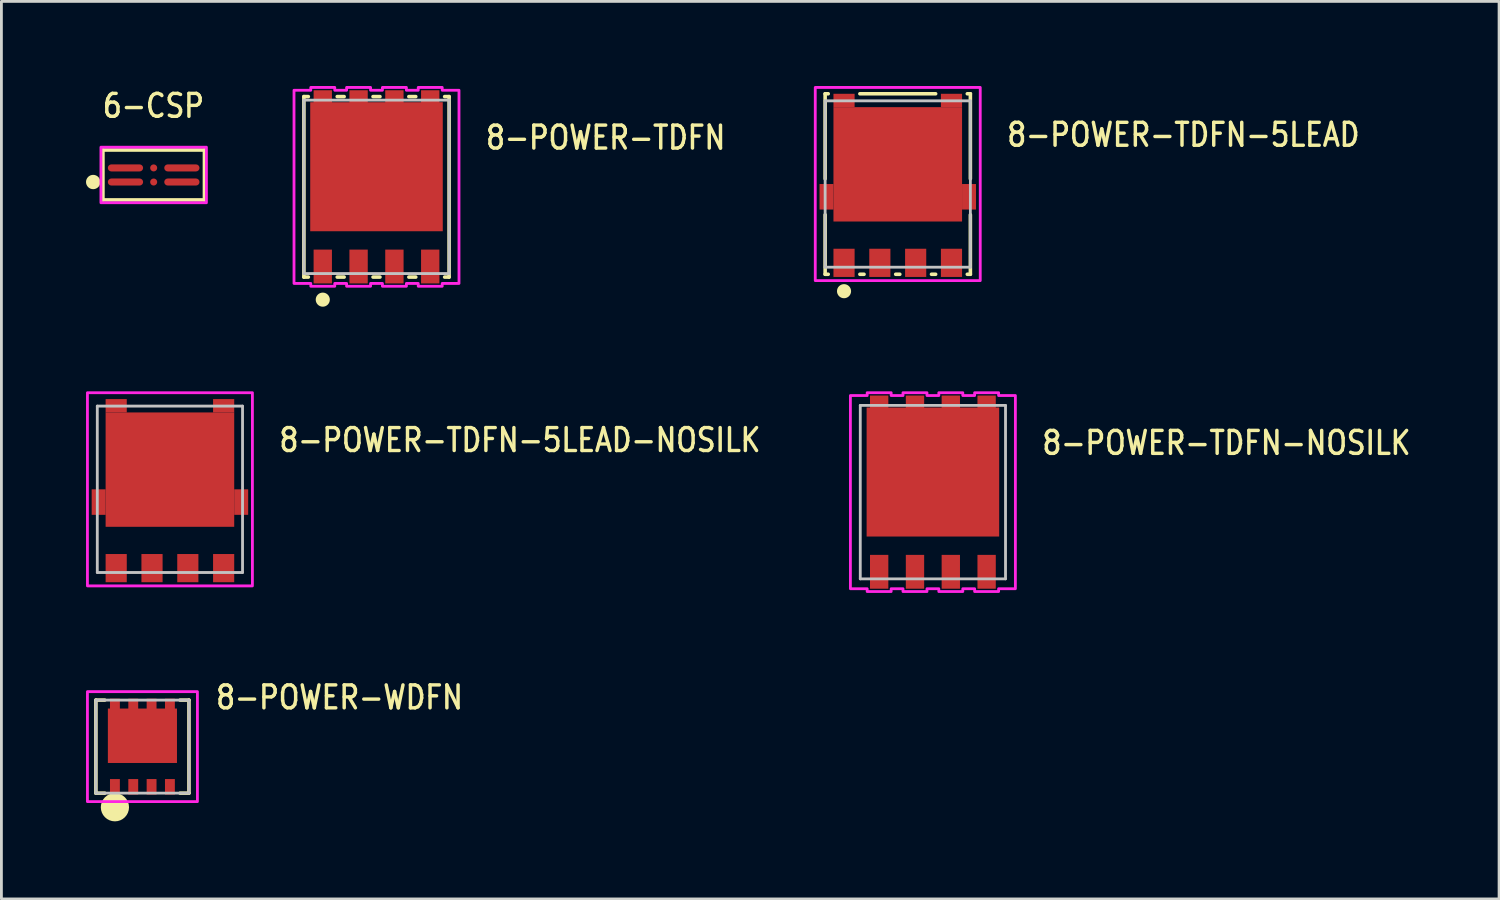
<source format=kicad_pcb>
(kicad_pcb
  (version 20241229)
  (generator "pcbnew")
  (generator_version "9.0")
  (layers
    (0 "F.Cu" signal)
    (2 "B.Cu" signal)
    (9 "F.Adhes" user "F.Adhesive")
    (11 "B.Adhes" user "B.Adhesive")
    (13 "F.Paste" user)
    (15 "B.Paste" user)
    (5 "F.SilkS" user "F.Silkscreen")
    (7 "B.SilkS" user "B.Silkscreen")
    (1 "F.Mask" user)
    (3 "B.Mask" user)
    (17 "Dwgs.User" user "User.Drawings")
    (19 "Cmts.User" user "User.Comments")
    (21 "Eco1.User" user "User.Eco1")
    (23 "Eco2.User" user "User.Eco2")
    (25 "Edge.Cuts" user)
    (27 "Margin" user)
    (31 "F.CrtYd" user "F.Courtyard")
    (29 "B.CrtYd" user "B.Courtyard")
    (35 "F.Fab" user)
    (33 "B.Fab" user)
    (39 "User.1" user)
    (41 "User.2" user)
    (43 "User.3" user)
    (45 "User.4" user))
  (footprint "8-POWER-TDFN-NOSILK"
    (layer "F.Cu")
    (at 30.029 14.4)
    (property "Reference" "8-POWER-TDFN-NOSILK" (at 3.81 -1.27 0) (unlocked yes) (layer "F.SilkS") (effects (font (size 0.813 0.695) (thickness 0.122)) (justify left bottom)))
    (fp_rect (start -1.47 -0.4) (end -0.2 -1.67) (stroke (width 0) (type solid)) (fill yes) (layer "F.Paste"))
    (fp_rect (start -1.47 1.27) (end -0.2 0) (stroke (width 0) (type solid)) (fill yes) (layer "F.Paste"))
    (fp_rect (start 0.2 -0.4) (end 1.47 -1.67) (stroke (width 0) (type solid)) (fill yes) (layer "F.Paste"))
    (fp_rect (start 0.2 1.27) (end 1.47 0) (stroke (width 0) (type solid)) (fill yes) (layer "F.Paste"))
    (fp_line (start -2.575 -3.075) (end 2.575 -3.075) (stroke (width 0.1) (type solid)) (layer "Dwgs.User"))
    (fp_line (start -2.575 3.075) (end -2.575 -3.075) (stroke (width 0.1) (type solid)) (layer "Dwgs.User"))
    (fp_line (start 2.575 -3.075) (end 2.575 3.075) (stroke (width 0.1) (type solid)) (layer "Dwgs.User"))
    (fp_line (start 2.575 3.075) (end -2.575 3.075) (stroke (width 0.1) (type solid)) (layer "Dwgs.User"))
    (fp_poly (pts (xy -2.925 -3.425) (xy -2.33 -3.425) (xy -2.33 -3.525) (xy -1.48 -3.525) (xy -1.48 -3.425) (xy -1.06 -3.425) (xy -1.06 -3.525) (xy -0.21 -3.525) (xy -0.21 -3.425) (xy 0.21 -3.425) (xy 0.21 -3.525) (xy 1.06 -3.525) (xy 1.06 -3.425) (xy 1.48 -3.425) (xy 1.48 -3.525) (xy 2.33 -3.525) (xy 2.33 -3.425) (xy 2.925 -3.425) (xy 2.925 3.425) (xy 2.33 3.425) (xy 2.33 3.525) (xy 1.48 3.525) (xy 1.48 3.425) (xy 1.06 3.425) (xy 1.06 3.525) (xy 0.21 3.525) (xy 0.21 3.425) (xy -0.21 3.425) (xy -0.21 3.525) (xy -1.06 3.525) (xy -1.06 3.425) (xy -1.48 3.425) (xy -1.48 3.525) (xy -2.33 3.525) (xy -2.33 3.425) (xy -2.925 3.425)) (stroke (width 0.1) (type solid)) (fill no) (layer "F.CrtYd"))
    (pad "1" smd rect (at -1.905 2.825) (size 0.65 1.2) (layers "F.Cu" "F.Mask" "F.Paste"))
    (pad "2" smd rect (at -0.635 2.825) (size 0.65 1.2) (layers "F.Cu" "F.Mask" "F.Paste"))
    (pad "3" smd rect (at 0.635 2.825) (size 0.65 1.2) (layers "F.Cu" "F.Mask" "F.Paste"))
    (pad "4" smd rect (at 1.905 2.825) (size 0.65 1.2) (layers "F.Cu" "F.Mask" "F.Paste"))
    (pad "5" smd rect (at 1.905 -2.825) (size 0.65 1.2) (layers "F.Cu" "F.Mask" "F.Paste"))
    (pad "6" smd rect (at 0.635 -2.825) (size 0.65 1.2) (layers "F.Cu" "F.Mask" "F.Paste"))
    (pad "7" smd rect (at -0.635 -2.825) (size 0.65 1.2) (layers "F.Cu" "F.Mask" "F.Paste"))
    (pad "8" smd rect (at -1.905 -2.825) (size 0.65 1.2) (layers "F.Cu" "F.Mask" "F.Paste"))
    (pad "TAB" smd rect (at 0 -0.713) (size 4.7 4.575) (layers "F.Cu" "F.Mask")))
  (footprint "8-POWER-TDFN-5LEAD-NOSILK"
    (layer "F.Cu")
    (at 2.975 14.3)
    (property "Reference" "8-POWER-TDFN-5LEAD-NOSILK" (at 3.81 -1.27 0) (unlocked yes) (layer "F.SilkS") (effects (font (size 0.813 0.695) (thickness 0.122)) (justify left bottom)))
    (fp_rect (start -1.47 -0.4) (end -0.2 -1.67) (stroke (width 0) (type solid)) (fill yes) (layer "F.Paste"))
    (fp_rect (start -1.47 1.27) (end -0.2 0) (stroke (width 0) (type solid)) (fill yes) (layer "F.Paste"))
    (fp_rect (start 0.2 -0.4) (end 1.47 -1.67) (stroke (width 0) (type solid)) (fill yes) (layer "F.Paste"))
    (fp_rect (start 0.2 1.27) (end 1.47 0) (stroke (width 0) (type solid)) (fill yes) (layer "F.Paste"))
    (fp_line (start -2.575 -2.95) (end 2.575 -2.95) (stroke (width 0.1) (type solid)) (layer "Dwgs.User"))
    (fp_line (start -2.575 2.95) (end -2.575 -2.95) (stroke (width 0.1) (type solid)) (layer "Dwgs.User"))
    (fp_line (start 2.575 -2.95) (end 2.575 2.95) (stroke (width 0.1) (type solid)) (layer "Dwgs.User"))
    (fp_line (start 2.575 2.95) (end -2.575 2.95) (stroke (width 0.1) (type solid)) (layer "Dwgs.User"))
    (fp_poly (pts (xy -2.925 -3.425) (xy 2.925 -3.425) (xy 2.925 3.425) (xy -2.925 3.425)) (stroke (width 0.1) (type solid)) (fill no) (layer "F.CrtYd"))
    (pad "1" smd rect (at -1.905 2.795) (size 0.75 1) (layers "F.Cu" "F.Mask" "F.Paste"))
    (pad "2" smd rect (at -0.635 2.795) (size 0.75 1) (layers "F.Cu" "F.Mask" "F.Paste"))
    (pad "3" smd rect (at 0.635 2.795) (size 0.75 1) (layers "F.Cu" "F.Mask" "F.Paste"))
    (pad "4" smd rect (at 1.905 2.795) (size 0.75 1) (layers "F.Cu" "F.Mask" "F.Paste"))
    (pad "5" smd rect (at 1.905 -2.962) (size 0.75 0.475) (layers "F.Cu" "F.Mask" "F.Paste"))
    (pad "8" smd rect (at -1.905 -2.962) (size 0.75 0.475) (layers "F.Cu" "F.Mask" "F.Paste"))
    (pad "TAB" smd rect (at 0 -0.698) (size 4.56 4.055) (layers "F.Cu" "F.Mask"))
    (pad "TAB_1" smd rect (at 2.527 0.453) (size 0.495 0.905) (layers "F.Cu" "F.Mask" "F.Paste"))
    (pad "TAB_2" smd rect (at -2.527 0.453) (size 0.495 0.905) (layers "F.Cu" "F.Mask" "F.Paste")))
  (footprint "6-CSP"
    (layer "F.Cu")
    (at 2.399 3.154)
    (property "Reference" "6-CSP" (at -1.875 -1.975 0) (unlocked yes) (layer "F.SilkS") (effects (font (size 0.813 0.695) (thickness 0.122)) (justify left bottom)))
    (fp_line (start -1.8 -0.885) (end 1.8 -0.885) (stroke (width 0.127) (type solid)) (layer "F.SilkS"))
    (fp_line (start -1.8 0.885) (end -1.8 -0.885) (stroke (width 0.127) (type solid)) (layer "F.SilkS"))
    (fp_line (start 1.8 -0.885) (end 1.8 0.885) (stroke (width 0.127) (type solid)) (layer "F.SilkS"))
    (fp_line (start 1.8 0.885) (end -1.8 0.885) (stroke (width 0.127) (type solid)) (layer "F.SilkS"))
    (fp_circle (center -2.145 0.25) (end -1.891 0.25) (stroke (width 0) (type solid)) (fill yes) (layer "F.SilkS"))
    (fp_poly (pts (xy -1.87 -0.985) (xy 1.87 -0.985) (xy 1.87 0.985) (xy -1.87 0.985)) (stroke (width 0.1) (type solid)) (fill no) (layer "F.CrtYd"))
    (pad "1" smd roundrect (at -1 0.25) (size 1.25 0.25) (layers "F.Cu" "F.Mask" "F.Paste") (roundrect_rratio 0.5))
    (pad "2" smd roundrect (at 0 0.25) (size 0.25 0.25) (layers "F.Cu" "F.Mask" "F.Paste") (roundrect_rratio 0.5))
    (pad "3" smd roundrect (at 1 0.25) (size 1.25 0.25) (layers "F.Cu" "F.Mask" "F.Paste") (roundrect_rratio 0.5))
    (pad "4" smd roundrect (at 1 -0.25) (size 1.25 0.25) (layers "F.Cu" "F.Mask" "F.Paste") (roundrect_rratio 0.5))
    (pad "5" smd roundrect (at 0 -0.25) (size 0.25 0.25) (layers "F.Cu" "F.Mask" "F.Paste") (roundrect_rratio 0.5))
    (pad "6" smd roundrect (at -1 -0.25) (size 1.25 0.25) (layers "F.Cu" "F.Mask" "F.Paste") (roundrect_rratio 0.5)))
  (footprint "8-POWER-TDFN-5LEAD"
    (layer "F.Cu")
    (at 28.783 3.475)
    (property "Reference" "8-POWER-TDFN-5LEAD" (at 3.81 -1.27 0) (unlocked yes) (layer "F.SilkS") (effects (font (size 0.813 0.695) (thickness 0.122)) (justify left bottom)))
    (fp_line (start -2.575 -3.2) (end -2.575 -0.186) (stroke (width 0.127) (type solid)) (layer "F.SilkS"))
    (fp_line (start -2.575 1.091) (end -2.575 3.2) (stroke (width 0.127) (type solid)) (layer "F.SilkS"))
    (fp_line (start -2.575 3.2) (end -2.466 3.2) (stroke (width 0.127) (type solid)) (layer "F.SilkS"))
    (fp_line (start -2.466 -3.2) (end -2.575 -3.2) (stroke (width 0.127) (type solid)) (layer "F.SilkS"))
    (fp_line (start -1.343 -3.2) (end 1.343 -3.2) (stroke (width 0.127) (type solid)) (layer "F.SilkS"))
    (fp_line (start -1.343 3.2) (end -1.196 3.2) (stroke (width 0.127) (type solid)) (layer "F.SilkS"))
    (fp_line (start -0.073 3.2) (end 0.073 3.2) (stroke (width 0.127) (type solid)) (layer "F.SilkS"))
    (fp_line (start 1.196 3.2) (end 1.343 3.2) (stroke (width 0.127) (type solid)) (layer "F.SilkS"))
    (fp_line (start 2.466 -3.2) (end 2.575 -3.2) (stroke (width 0.127) (type solid)) (layer "F.SilkS"))
    (fp_line (start 2.575 -3.2) (end 2.575 -0.186) (stroke (width 0.127) (type solid)) (layer "F.SilkS"))
    (fp_line (start 2.575 1.091) (end 2.575 3.2) (stroke (width 0.127) (type solid)) (layer "F.SilkS"))
    (fp_line (start 2.575 3.2) (end 2.466 3.2) (stroke (width 0.127) (type solid)) (layer "F.SilkS"))
    (fp_circle (center -1.905 3.8) (end -1.655 3.8) (stroke (width 0) (type solid)) (fill yes) (layer "F.SilkS"))
    (fp_rect (start -1.47 -0.4) (end -0.2 -1.67) (stroke (width 0) (type solid)) (fill yes) (layer "F.Paste"))
    (fp_rect (start -1.47 1.27) (end -0.2 0) (stroke (width 0) (type solid)) (fill yes) (layer "F.Paste"))
    (fp_rect (start 0.2 -0.4) (end 1.47 -1.67) (stroke (width 0) (type solid)) (fill yes) (layer "F.Paste"))
    (fp_rect (start 0.2 1.27) (end 1.47 0) (stroke (width 0) (type solid)) (fill yes) (layer "F.Paste"))
    (fp_line (start -2.575 -2.95) (end 2.575 -2.95) (stroke (width 0.1) (type solid)) (layer "Dwgs.User"))
    (fp_line (start -2.575 2.95) (end -2.575 -2.95) (stroke (width 0.1) (type solid)) (layer "Dwgs.User"))
    (fp_line (start 2.575 -2.95) (end 2.575 2.95) (stroke (width 0.1) (type solid)) (layer "Dwgs.User"))
    (fp_line (start 2.575 2.95) (end -2.575 2.95) (stroke (width 0.1) (type solid)) (layer "Dwgs.User"))
    (fp_poly (pts (xy -2.925 -3.425) (xy 2.925 -3.425) (xy 2.925 3.425) (xy -2.925 3.425)) (stroke (width 0.1) (type solid)) (fill no) (layer "F.CrtYd"))
    (pad "1" smd rect (at -1.905 2.795) (size 0.75 1) (layers "F.Cu" "F.Mask" "F.Paste"))
    (pad "2" smd rect (at -0.635 2.795) (size 0.75 1) (layers "F.Cu" "F.Mask" "F.Paste"))
    (pad "3" smd rect (at 0.635 2.795) (size 0.75 1) (layers "F.Cu" "F.Mask" "F.Paste"))
    (pad "4" smd rect (at 1.905 2.795) (size 0.75 1) (layers "F.Cu" "F.Mask" "F.Paste"))
    (pad "5" smd rect (at 1.905 -2.962) (size 0.75 0.475) (layers "F.Cu" "F.Mask" "F.Paste"))
    (pad "8" smd rect (at -1.905 -2.962) (size 0.75 0.475) (layers "F.Cu" "F.Mask" "F.Paste"))
    (pad "TAB" smd rect (at 0 -0.698) (size 4.56 4.055) (layers "F.Cu" "F.Mask"))
    (pad "TAB_1" smd rect (at 2.527 0.453) (size 0.495 0.905) (layers "F.Cu" "F.Mask" "F.Paste"))
    (pad "TAB_2" smd rect (at -2.527 0.453) (size 0.495 0.905) (layers "F.Cu" "F.Mask" "F.Paste")))
  (footprint "8-POWER-TDFN"
    (layer "F.Cu")
    (at 10.3 3.575)
    (property "Reference" "8-POWER-TDFN" (at 3.81 -1.27 0) (unlocked yes) (layer "F.SilkS") (effects (font (size 0.813 0.695) (thickness 0.122)) (justify left bottom)))
    (fp_line (start -2.575 -3.2) (end -2.575 3.2) (stroke (width 0.127) (type solid)) (layer "F.SilkS"))
    (fp_line (start -2.575 3.2) (end -2.417 3.2) (stroke (width 0.127) (type solid)) (layer "F.SilkS"))
    (fp_line (start -2.417 -3.2) (end -2.575 -3.2) (stroke (width 0.127) (type solid)) (layer "F.SilkS"))
    (fp_line (start -1.393 -3.2) (end -1.147 -3.2) (stroke (width 0.127) (type solid)) (layer "F.SilkS"))
    (fp_line (start -1.393 3.2) (end -1.147 3.2) (stroke (width 0.127) (type solid)) (layer "F.SilkS"))
    (fp_line (start -0.123 -3.2) (end 0.123 -3.2) (stroke (width 0.127) (type solid)) (layer "F.SilkS"))
    (fp_line (start -0.123 3.2) (end 0.123 3.2) (stroke (width 0.127) (type solid)) (layer "F.SilkS"))
    (fp_line (start 1.147 -3.2) (end 1.393 -3.2) (stroke (width 0.127) (type solid)) (layer "F.SilkS"))
    (fp_line (start 1.147 3.2) (end 1.393 3.2) (stroke (width 0.127) (type solid)) (layer "F.SilkS"))
    (fp_line (start 2.417 -3.2) (end 2.575 -3.2) (stroke (width 0.127) (type solid)) (layer "F.SilkS"))
    (fp_line (start 2.575 -3.2) (end 2.575 3.2) (stroke (width 0.127) (type solid)) (layer "F.SilkS"))
    (fp_line (start 2.575 3.2) (end 2.417 3.2) (stroke (width 0.127) (type solid)) (layer "F.SilkS"))
    (fp_circle (center -1.905 4) (end -1.655 4) (stroke (width 0) (type solid)) (fill yes) (layer "F.SilkS"))
    (fp_rect (start -1.47 -0.4) (end -0.2 -1.67) (stroke (width 0) (type solid)) (fill yes) (layer "F.Paste"))
    (fp_rect (start -1.47 1.27) (end -0.2 0) (stroke (width 0) (type solid)) (fill yes) (layer "F.Paste"))
    (fp_rect (start 0.2 -0.4) (end 1.47 -1.67) (stroke (width 0) (type solid)) (fill yes) (layer "F.Paste"))
    (fp_rect (start 0.2 1.27) (end 1.47 0) (stroke (width 0) (type solid)) (fill yes) (layer "F.Paste"))
    (fp_line (start -2.575 -3.075) (end 2.575 -3.075) (stroke (width 0.1) (type solid)) (layer "Dwgs.User"))
    (fp_line (start -2.575 3.075) (end -2.575 -3.075) (stroke (width 0.1) (type solid)) (layer "Dwgs.User"))
    (fp_line (start 2.575 -3.075) (end 2.575 3.075) (stroke (width 0.1) (type solid)) (layer "Dwgs.User"))
    (fp_line (start 2.575 3.075) (end -2.575 3.075) (stroke (width 0.1) (type solid)) (layer "Dwgs.User"))
    (fp_poly (pts (xy -2.925 -3.425) (xy -2.33 -3.425) (xy -2.33 -3.525) (xy -1.48 -3.525) (xy -1.48 -3.425) (xy -1.06 -3.425) (xy -1.06 -3.525) (xy -0.21 -3.525) (xy -0.21 -3.425) (xy 0.21 -3.425) (xy 0.21 -3.525) (xy 1.06 -3.525) (xy 1.06 -3.425) (xy 1.48 -3.425) (xy 1.48 -3.525) (xy 2.33 -3.525) (xy 2.33 -3.425) (xy 2.925 -3.425) (xy 2.925 3.425) (xy 2.33 3.425) (xy 2.33 3.525) (xy 1.48 3.525) (xy 1.48 3.425) (xy 1.06 3.425) (xy 1.06 3.525) (xy 0.21 3.525) (xy 0.21 3.425) (xy -0.21 3.425) (xy -0.21 3.525) (xy -1.06 3.525) (xy -1.06 3.425) (xy -1.48 3.425) (xy -1.48 3.525) (xy -2.33 3.525) (xy -2.33 3.425) (xy -2.925 3.425)) (stroke (width 0.1) (type solid)) (fill no) (layer "F.CrtYd"))
    (pad "1" smd rect (at -1.905 2.825) (size 0.65 1.2) (layers "F.Cu" "F.Mask" "F.Paste"))
    (pad "2" smd rect (at -0.635 2.825) (size 0.65 1.2) (layers "F.Cu" "F.Mask" "F.Paste"))
    (pad "3" smd rect (at 0.635 2.825) (size 0.65 1.2) (layers "F.Cu" "F.Mask" "F.Paste"))
    (pad "4" smd rect (at 1.905 2.825) (size 0.65 1.2) (layers "F.Cu" "F.Mask" "F.Paste"))
    (pad "5" smd rect (at 1.905 -2.825) (size 0.65 1.2) (layers "F.Cu" "F.Mask" "F.Paste"))
    (pad "6" smd rect (at 0.635 -2.825) (size 0.65 1.2) (layers "F.Cu" "F.Mask" "F.Paste"))
    (pad "7" smd rect (at -0.635 -2.825) (size 0.65 1.2) (layers "F.Cu" "F.Mask" "F.Paste"))
    (pad "8" smd rect (at -1.905 -2.825) (size 0.65 1.2) (layers "F.Cu" "F.Mask" "F.Paste"))
    (pad "TAB" smd rect (at 0 -0.713) (size 4.7 4.575) (layers "F.Cu" "F.Mask")))
  (footprint "8-POWER-WDFN"
    (layer "F.Cu")
    (at 2 23.424)
    (property "Reference" "8-POWER-WDFN" (at 2.54 -1.27 0) (unlocked yes) (layer "F.SilkS") (effects (font (size 0.813 0.695) (thickness 0.122)) (justify left bottom)))
    (fp_line (start -1.65 -1.65) (end -1.65 1.65) (stroke (width 0.127) (type solid)) (layer "F.SilkS"))
    (fp_line (start -1.65 1.65) (end -1.337 1.65) (stroke (width 0.127) (type solid)) (layer "F.SilkS"))
    (fp_line (start -1.337 -1.65) (end -1.65 -1.65) (stroke (width 0.127) (type solid)) (layer "F.SilkS"))
    (fp_line (start 1.337 -1.65) (end 1.65 -1.65) (stroke (width 0.127) (type solid)) (layer "F.SilkS"))
    (fp_line (start 1.65 -1.65) (end 1.65 1.65) (stroke (width 0.127) (type solid)) (layer "F.SilkS"))
    (fp_line (start 1.65 1.65) (end 1.337 1.65) (stroke (width 0.127) (type solid)) (layer "F.SilkS"))
    (fp_circle (center -0.975 2.15) (end -0.975 2.15) (stroke (width 0.5) (type solid)) (fill no) (layer "F.SilkS"))
    (fp_rect (start -0.75 0.25) (end 0.75 -0.75) (stroke (width 0) (type solid)) (fill yes) (layer "F.Paste"))
    (fp_line (start -1.65 -1.65) (end 1.65 -1.65) (stroke (width 0.1) (type solid)) (layer "Dwgs.User"))
    (fp_line (start -1.65 1.65) (end -1.65 -1.65) (stroke (width 0.1) (type solid)) (layer "Dwgs.User"))
    (fp_line (start 1.65 -1.65) (end 1.65 1.65) (stroke (width 0.1) (type solid)) (layer "Dwgs.User"))
    (fp_line (start 1.65 1.65) (end -1.65 1.65) (stroke (width 0.1) (type solid)) (layer "Dwgs.User"))
    (fp_poly (pts (xy -1.95 -1.95) (xy 1.95 -1.95) (xy 1.95 1.95) (xy -1.95 1.95)) (stroke (width 0.1) (type solid)) (fill no) (layer "F.CrtYd"))
    (pad "1" smd rect (at -0.975 1.425) (size 0.35 0.55) (layers "F.Cu" "F.Mask" "F.Paste"))
    (pad "2" smd rect (at -0.325 1.425) (size 0.35 0.55) (layers "F.Cu" "F.Mask" "F.Paste"))
    (pad "3" smd rect (at 0.325 1.425) (size 0.35 0.55) (layers "F.Cu" "F.Mask" "F.Paste"))
    (pad "4" smd rect (at 0.975 1.425) (size 0.35 0.55) (layers "F.Cu" "F.Mask" "F.Paste"))
    (pad "5" smd rect (at 0.975 -1.425) (size 0.35 0.55) (layers "F.Cu" "F.Mask" "F.Paste"))
    (pad "6" smd rect (at 0.325 -1.425) (size 0.35 0.55) (layers "F.Cu" "F.Mask" "F.Paste"))
    (pad "7" smd rect (at -0.325 -1.425) (size 0.35 0.55) (layers "F.Cu" "F.Mask" "F.Paste"))
    (pad "8" smd rect (at -0.975 -1.425) (size 0.35 0.55) (layers "F.Cu" "F.Mask" "F.Paste"))
    (pad "TAB" smd rect (at 0 -0.385) (size 2.45 1.93) (layers "F.Cu" "F.Mask")))
  (gr_rect
    (start -3 -3)
    (end 50.105 28.824)
    (stroke (width 0.1) (type default))
    (fill no)
    (layer "Edge.Cuts")))
</source>
